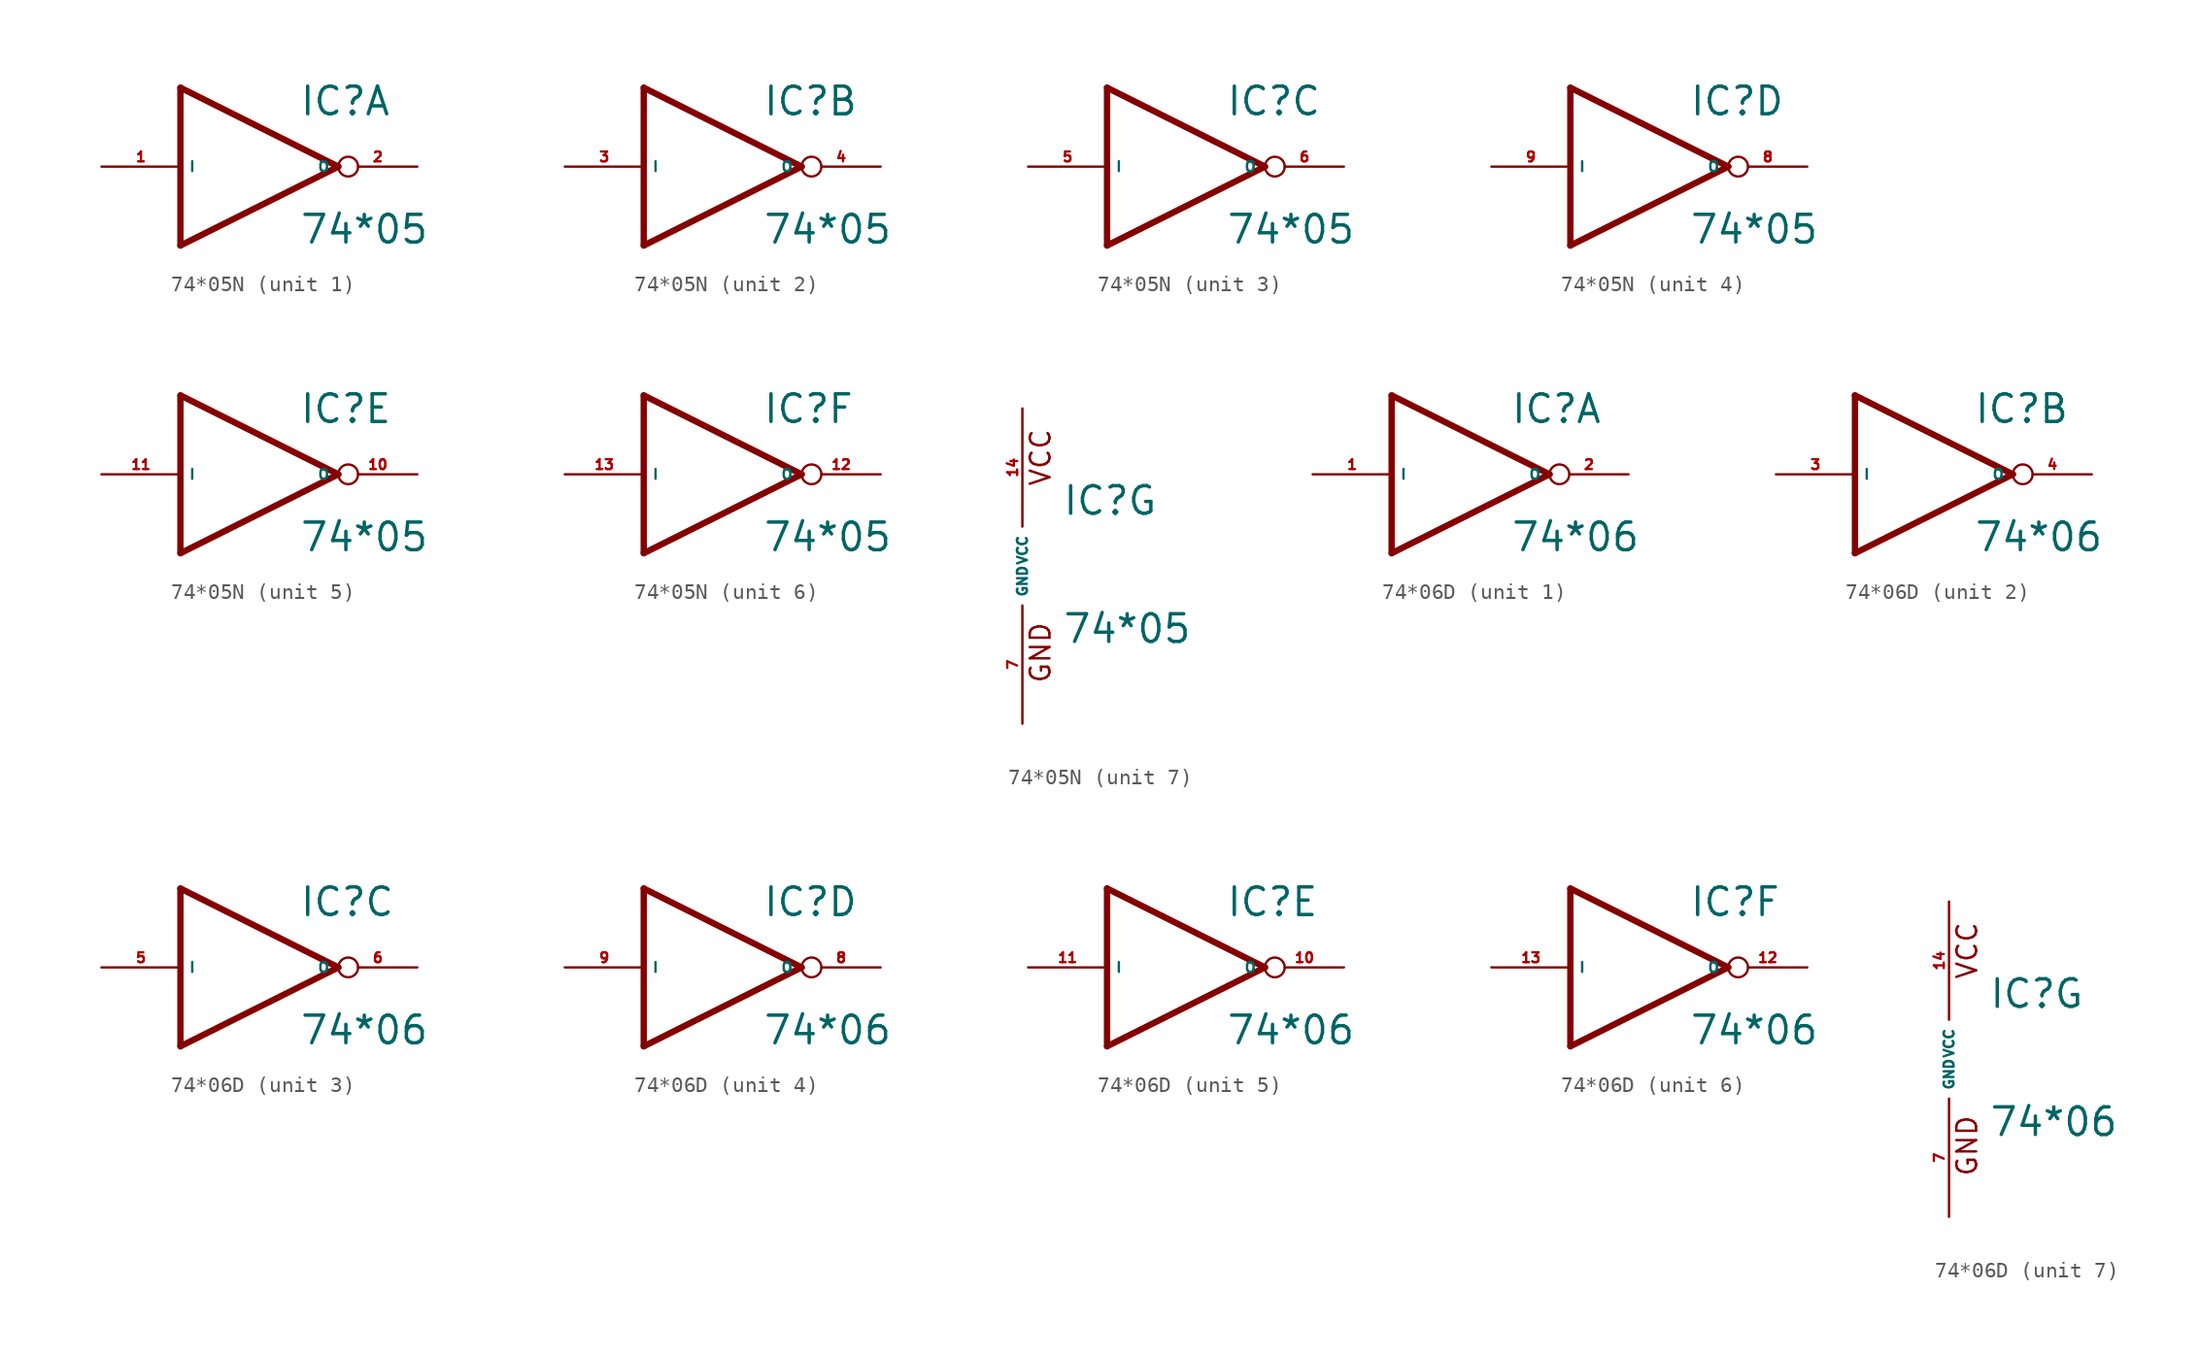
<source format=kicad_sym>
(kicad_symbol_lib
  (version 20220914)
  (generator Eagle2Kicad)
  (symbol "74*05N"
    (property "Reference" "IC"
      (at 2.54 3.175 0)
      (effects (font (size 1.778 1.778) (thickness 0.22)) (justify left bottom)))
    (property "Value" "74*05"
      (at 2.54 -5.08 0)
      (effects (font (size 1.778 1.778) (thickness 0.22)) (justify left bottom)))
    (symbol "74*05N_1_0"
      (polyline (pts (xy -5.08 5.08) (xy 5.08 0)) (stroke (width 0.406) (type default)) (fill (type none)))
      (polyline (pts (xy 5.08 0) (xy -5.08 -5.08)) (stroke (width 0.406) (type default)) (fill (type none)))
      (polyline (pts (xy -5.08 -5.08) (xy -5.08 5.08)) (stroke (width 0.406) (type default)) (fill (type none)))
      (pin input line (at -10.16 0 0) (length 5.08) (name "I" (effects (font (size 0.635 0.635) (thickness 0.08)) (justify left bottom))) (number "1" (effects (font (size 0.635 0.635) (thickness 0.08)) (justify left bottom))))
      (pin open_collector inverted (at 10.16 0 180) (length 5.08) (name "O" (effects (font (size 0.635 0.635) (thickness 0.08)) (justify left bottom))) (number "2" (effects (font (size 0.635 0.635) (thickness 0.08)) (justify left bottom)))))
    (symbol "74*05N_2_0"
      (polyline (pts (xy -5.08 5.08) (xy 5.08 0)) (stroke (width 0.406) (type default)) (fill (type none)))
      (polyline (pts (xy 5.08 0) (xy -5.08 -5.08)) (stroke (width 0.406) (type default)) (fill (type none)))
      (polyline (pts (xy -5.08 -5.08) (xy -5.08 5.08)) (stroke (width 0.406) (type default)) (fill (type none)))
      (pin input line (at -10.16 0 0) (length 5.08) (name "I" (effects (font (size 0.635 0.635) (thickness 0.08)) (justify left bottom))) (number "3" (effects (font (size 0.635 0.635) (thickness 0.08)) (justify left bottom))))
      (pin open_collector inverted (at 10.16 0 180) (length 5.08) (name "O" (effects (font (size 0.635 0.635) (thickness 0.08)) (justify left bottom))) (number "4" (effects (font (size 0.635 0.635) (thickness 0.08)) (justify left bottom)))))
    (symbol "74*05N_3_0"
      (polyline (pts (xy -5.08 5.08) (xy 5.08 0)) (stroke (width 0.406) (type default)) (fill (type none)))
      (polyline (pts (xy 5.08 0) (xy -5.08 -5.08)) (stroke (width 0.406) (type default)) (fill (type none)))
      (polyline (pts (xy -5.08 -5.08) (xy -5.08 5.08)) (stroke (width 0.406) (type default)) (fill (type none)))
      (pin input line (at -10.16 0 0) (length 5.08) (name "I" (effects (font (size 0.635 0.635) (thickness 0.08)) (justify left bottom))) (number "5" (effects (font (size 0.635 0.635) (thickness 0.08)) (justify left bottom))))
      (pin open_collector inverted (at 10.16 0 180) (length 5.08) (name "O" (effects (font (size 0.635 0.635) (thickness 0.08)) (justify left bottom))) (number "6" (effects (font (size 0.635 0.635) (thickness 0.08)) (justify left bottom)))))
    (symbol "74*05N_4_0"
      (polyline (pts (xy -5.08 5.08) (xy 5.08 0)) (stroke (width 0.406) (type default)) (fill (type none)))
      (polyline (pts (xy 5.08 0) (xy -5.08 -5.08)) (stroke (width 0.406) (type default)) (fill (type none)))
      (polyline (pts (xy -5.08 -5.08) (xy -5.08 5.08)) (stroke (width 0.406) (type default)) (fill (type none)))
      (pin input line (at -10.16 0 0) (length 5.08) (name "I" (effects (font (size 0.635 0.635) (thickness 0.08)) (justify left bottom))) (number "9" (effects (font (size 0.635 0.635) (thickness 0.08)) (justify left bottom))))
      (pin open_collector inverted (at 10.16 0 180) (length 5.08) (name "O" (effects (font (size 0.635 0.635) (thickness 0.08)) (justify left bottom))) (number "8" (effects (font (size 0.635 0.635) (thickness 0.08)) (justify left bottom)))))
    (symbol "74*05N_5_0"
      (polyline (pts (xy -5.08 5.08) (xy 5.08 0)) (stroke (width 0.406) (type default)) (fill (type none)))
      (polyline (pts (xy 5.08 0) (xy -5.08 -5.08)) (stroke (width 0.406) (type default)) (fill (type none)))
      (polyline (pts (xy -5.08 -5.08) (xy -5.08 5.08)) (stroke (width 0.406) (type default)) (fill (type none)))
      (pin input line (at -10.16 0 0) (length 5.08) (name "I" (effects (font (size 0.635 0.635) (thickness 0.08)) (justify left bottom))) (number "11" (effects (font (size 0.635 0.635) (thickness 0.08)) (justify left bottom))))
      (pin open_collector inverted (at 10.16 0 180) (length 5.08) (name "O" (effects (font (size 0.635 0.635) (thickness 0.08)) (justify left bottom))) (number "10" (effects (font (size 0.635 0.635) (thickness 0.08)) (justify left bottom)))))
    (symbol "74*05N_6_0"
      (polyline (pts (xy -5.08 5.08) (xy 5.08 0)) (stroke (width 0.406) (type default)) (fill (type none)))
      (polyline (pts (xy 5.08 0) (xy -5.08 -5.08)) (stroke (width 0.406) (type default)) (fill (type none)))
      (polyline (pts (xy -5.08 -5.08) (xy -5.08 5.08)) (stroke (width 0.406) (type default)) (fill (type none)))
      (pin input line (at -10.16 0 0) (length 5.08) (name "I" (effects (font (size 0.635 0.635) (thickness 0.08)) (justify left bottom))) (number "13" (effects (font (size 0.635 0.635) (thickness 0.08)) (justify left bottom))))
      (pin open_collector inverted (at 10.16 0 180) (length 5.08) (name "O" (effects (font (size 0.635 0.635) (thickness 0.08)) (justify left bottom))) (number "12" (effects (font (size 0.635 0.635) (thickness 0.08)) (justify left bottom)))))
    (symbol "74*05N_7_0"
      (text "GND" (at 1.905 -7.62 900) (effects (font (size 1.27 1.27) (thickness 0.16)) (justify left bottom)))
      (text "VCC" (at 1.905 5.08 900) (effects (font (size 1.27 1.27) (thickness 0.16)) (justify left bottom)))
      (pin unspecified line (at 0 -10.16 90) (length 7.62) (name "GND" (effects (font (size 0.635 0.635) (thickness 0.08)) (justify left bottom))) (number "7" (effects (font (size 0.635 0.635) (thickness 0.08)) (justify left bottom))))
      (pin unspecified line (at 0 10.16 270) (length 7.62) (name "VCC" (effects (font (size 0.635 0.635) (thickness 0.08)) (justify left bottom))) (number "14" (effects (font (size 0.635 0.635) (thickness 0.08)) (justify left bottom))))))
  (symbol "74*06D"
    (property "Reference" "IC"
      (at 2.54 3.175 0)
      (effects (font (size 1.778 1.778) (thickness 0.22)) (justify left bottom)))
    (property "Value" "74*06"
      (at 2.54 -5.08 0)
      (effects (font (size 1.778 1.778) (thickness 0.22)) (justify left bottom)))
    (symbol "74*06D_1_0"
      (polyline (pts (xy -5.08 5.08) (xy 5.08 0)) (stroke (width 0.406) (type default)) (fill (type none)))
      (polyline (pts (xy 5.08 0) (xy -5.08 -5.08)) (stroke (width 0.406) (type default)) (fill (type none)))
      (polyline (pts (xy -5.08 -5.08) (xy -5.08 5.08)) (stroke (width 0.406) (type default)) (fill (type none)))
      (pin input line (at -10.16 0 0) (length 5.08) (name "I" (effects (font (size 0.635 0.635) (thickness 0.08)) (justify left bottom))) (number "1" (effects (font (size 0.635 0.635) (thickness 0.08)) (justify left bottom))))
      (pin open_collector inverted (at 10.16 0 180) (length 5.08) (name "O" (effects (font (size 0.635 0.635) (thickness 0.08)) (justify left bottom))) (number "2" (effects (font (size 0.635 0.635) (thickness 0.08)) (justify left bottom)))))
    (symbol "74*06D_2_0"
      (polyline (pts (xy -5.08 5.08) (xy 5.08 0)) (stroke (width 0.406) (type default)) (fill (type none)))
      (polyline (pts (xy 5.08 0) (xy -5.08 -5.08)) (stroke (width 0.406) (type default)) (fill (type none)))
      (polyline (pts (xy -5.08 -5.08) (xy -5.08 5.08)) (stroke (width 0.406) (type default)) (fill (type none)))
      (pin input line (at -10.16 0 0) (length 5.08) (name "I" (effects (font (size 0.635 0.635) (thickness 0.08)) (justify left bottom))) (number "3" (effects (font (size 0.635 0.635) (thickness 0.08)) (justify left bottom))))
      (pin open_collector inverted (at 10.16 0 180) (length 5.08) (name "O" (effects (font (size 0.635 0.635) (thickness 0.08)) (justify left bottom))) (number "4" (effects (font (size 0.635 0.635) (thickness 0.08)) (justify left bottom)))))
    (symbol "74*06D_3_0"
      (polyline (pts (xy -5.08 5.08) (xy 5.08 0)) (stroke (width 0.406) (type default)) (fill (type none)))
      (polyline (pts (xy 5.08 0) (xy -5.08 -5.08)) (stroke (width 0.406) (type default)) (fill (type none)))
      (polyline (pts (xy -5.08 -5.08) (xy -5.08 5.08)) (stroke (width 0.406) (type default)) (fill (type none)))
      (pin input line (at -10.16 0 0) (length 5.08) (name "I" (effects (font (size 0.635 0.635) (thickness 0.08)) (justify left bottom))) (number "5" (effects (font (size 0.635 0.635) (thickness 0.08)) (justify left bottom))))
      (pin open_collector inverted (at 10.16 0 180) (length 5.08) (name "O" (effects (font (size 0.635 0.635) (thickness 0.08)) (justify left bottom))) (number "6" (effects (font (size 0.635 0.635) (thickness 0.08)) (justify left bottom)))))
    (symbol "74*06D_4_0"
      (polyline (pts (xy -5.08 5.08) (xy 5.08 0)) (stroke (width 0.406) (type default)) (fill (type none)))
      (polyline (pts (xy 5.08 0) (xy -5.08 -5.08)) (stroke (width 0.406) (type default)) (fill (type none)))
      (polyline (pts (xy -5.08 -5.08) (xy -5.08 5.08)) (stroke (width 0.406) (type default)) (fill (type none)))
      (pin input line (at -10.16 0 0) (length 5.08) (name "I" (effects (font (size 0.635 0.635) (thickness 0.08)) (justify left bottom))) (number "9" (effects (font (size 0.635 0.635) (thickness 0.08)) (justify left bottom))))
      (pin open_collector inverted (at 10.16 0 180) (length 5.08) (name "O" (effects (font (size 0.635 0.635) (thickness 0.08)) (justify left bottom))) (number "8" (effects (font (size 0.635 0.635) (thickness 0.08)) (justify left bottom)))))
    (symbol "74*06D_5_0"
      (polyline (pts (xy -5.08 5.08) (xy 5.08 0)) (stroke (width 0.406) (type default)) (fill (type none)))
      (polyline (pts (xy 5.08 0) (xy -5.08 -5.08)) (stroke (width 0.406) (type default)) (fill (type none)))
      (polyline (pts (xy -5.08 -5.08) (xy -5.08 5.08)) (stroke (width 0.406) (type default)) (fill (type none)))
      (pin input line (at -10.16 0 0) (length 5.08) (name "I" (effects (font (size 0.635 0.635) (thickness 0.08)) (justify left bottom))) (number "11" (effects (font (size 0.635 0.635) (thickness 0.08)) (justify left bottom))))
      (pin open_collector inverted (at 10.16 0 180) (length 5.08) (name "O" (effects (font (size 0.635 0.635) (thickness 0.08)) (justify left bottom))) (number "10" (effects (font (size 0.635 0.635) (thickness 0.08)) (justify left bottom)))))
    (symbol "74*06D_6_0"
      (polyline (pts (xy -5.08 5.08) (xy 5.08 0)) (stroke (width 0.406) (type default)) (fill (type none)))
      (polyline (pts (xy 5.08 0) (xy -5.08 -5.08)) (stroke (width 0.406) (type default)) (fill (type none)))
      (polyline (pts (xy -5.08 -5.08) (xy -5.08 5.08)) (stroke (width 0.406) (type default)) (fill (type none)))
      (pin input line (at -10.16 0 0) (length 5.08) (name "I" (effects (font (size 0.635 0.635) (thickness 0.08)) (justify left bottom))) (number "13" (effects (font (size 0.635 0.635) (thickness 0.08)) (justify left bottom))))
      (pin open_collector inverted (at 10.16 0 180) (length 5.08) (name "O" (effects (font (size 0.635 0.635) (thickness 0.08)) (justify left bottom))) (number "12" (effects (font (size 0.635 0.635) (thickness 0.08)) (justify left bottom)))))
    (symbol "74*06D_7_0"
      (text "GND" (at 1.905 -7.62 900) (effects (font (size 1.27 1.27) (thickness 0.16)) (justify left bottom)))
      (text "VCC" (at 1.905 5.08 900) (effects (font (size 1.27 1.27) (thickness 0.16)) (justify left bottom)))
      (pin unspecified line (at 0 -10.16 90) (length 7.62) (name "GND" (effects (font (size 0.635 0.635) (thickness 0.08)) (justify left bottom))) (number "7" (effects (font (size 0.635 0.635) (thickness 0.08)) (justify left bottom))))
      (pin unspecified line (at 0 10.16 270) (length 7.62) (name "VCC" (effects (font (size 0.635 0.635) (thickness 0.08)) (justify left bottom))) (number "14" (effects (font (size 0.635 0.635) (thickness 0.08)) (justify left bottom)))))))
</source>
